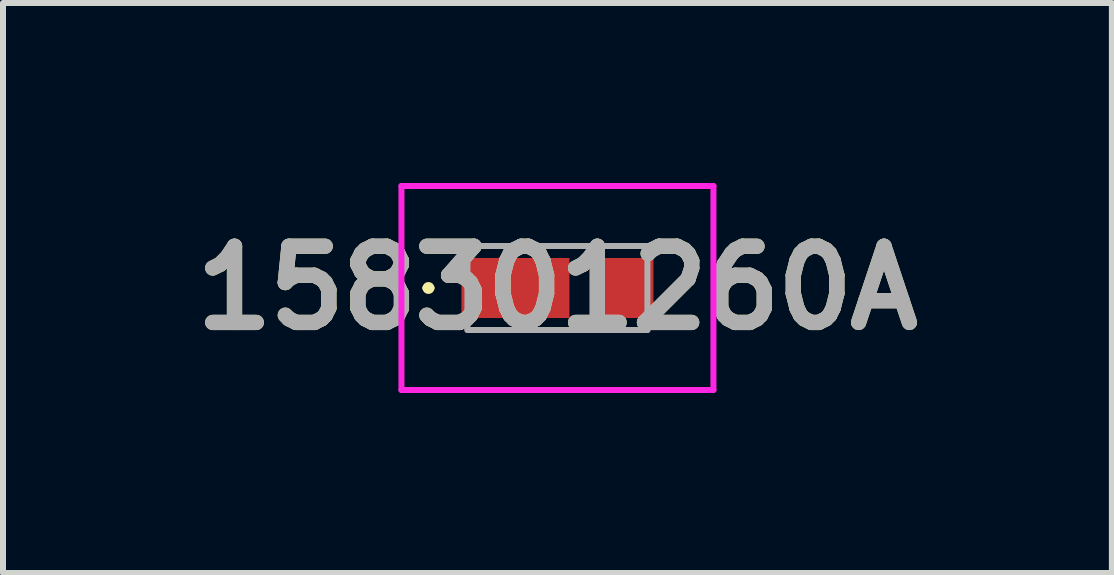
<source format=kicad_pcb>
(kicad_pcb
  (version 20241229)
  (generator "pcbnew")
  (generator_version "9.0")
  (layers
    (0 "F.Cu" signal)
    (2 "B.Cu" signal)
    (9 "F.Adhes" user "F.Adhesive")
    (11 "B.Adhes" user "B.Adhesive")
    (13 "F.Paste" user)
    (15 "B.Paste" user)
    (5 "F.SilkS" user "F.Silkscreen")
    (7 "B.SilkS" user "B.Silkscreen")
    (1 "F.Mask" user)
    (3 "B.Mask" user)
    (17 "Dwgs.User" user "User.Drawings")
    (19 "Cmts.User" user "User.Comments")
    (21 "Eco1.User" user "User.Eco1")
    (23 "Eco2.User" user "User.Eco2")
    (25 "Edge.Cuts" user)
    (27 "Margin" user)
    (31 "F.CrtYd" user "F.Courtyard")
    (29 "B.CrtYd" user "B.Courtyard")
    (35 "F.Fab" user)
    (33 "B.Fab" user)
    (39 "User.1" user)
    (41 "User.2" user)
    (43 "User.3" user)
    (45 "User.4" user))
  (footprint "158301260A"
    (layer "F.Cu")
    (at 6.241 1.75)
    (property "Reference" "158301260A" (at 0 0 0) (layer "F.SilkS") (effects (font (size 1.27 1.27) (thickness 0.254))))
    (attr smd)
    (fp_line (start -2.2 0) (end -2.2 0) (stroke (width 0.1) (type solid)) (layer "F.SilkS"))
    (fp_line (start -2.1 0) (end -2.1 0) (stroke (width 0.1) (type solid)) (layer "F.SilkS"))
    (fp_arc (start -2.2 0) (mid -2.15 -0.05) (end -2.1 0) (stroke (width 0.1) (type solid)) (layer "F.SilkS"))
    (fp_arc (start -2.1 0) (mid -2.15 0.05) (end -2.2 0) (stroke (width 0.1) (type solid)) (layer "F.SilkS"))
    (fp_line (start -2.6 -1.7) (end 2.6 -1.7) (stroke (width 0.1) (type solid)) (layer "F.CrtYd"))
    (fp_line (start -2.6 1.7) (end -2.6 -1.7) (stroke (width 0.1) (type solid)) (layer "F.CrtYd"))
    (fp_line (start 2.6 -1.7) (end 2.6 1.7) (stroke (width 0.1) (type solid)) (layer "F.CrtYd"))
    (fp_line (start 2.6 1.7) (end -2.6 1.7) (stroke (width 0.1) (type solid)) (layer "F.CrtYd"))
    (fp_line (start -1.5 -0.7) (end 1.5 -0.7) (stroke (width 0.1) (type solid)) (layer "F.Fab"))
    (fp_line (start -1.5 0.7) (end -1.5 -0.7) (stroke (width 0.1) (type solid)) (layer "F.Fab"))
    (fp_line (start 1.5 -0.7) (end 1.5 0.7) (stroke (width 0.1) (type solid)) (layer "F.Fab"))
    (fp_line (start 1.5 0.7) (end -1.5 0.7) (stroke (width 0.1) (type solid)) (layer "F.Fab"))
    (fp_text user "${REFERENCE}" (at 0 0 0) (layer "F.Fab") (effects (font (size 1.27 1.27) (thickness 0.254))))
    (pad "1" smd rect (at -0.7 0 90) (size 1 1.8) (layers "F.Cu" "F.Mask" "F.Paste"))
    (pad "2" smd rect (at 1.1 0) (size 1 1) (layers "F.Cu" "F.Mask" "F.Paste")))
  (gr_rect
    (start -3 -3)
    (end 15.482 6.5)
    (stroke (width 0.1) (type default))
    (fill no)
    (layer "Edge.Cuts")))
</source>
